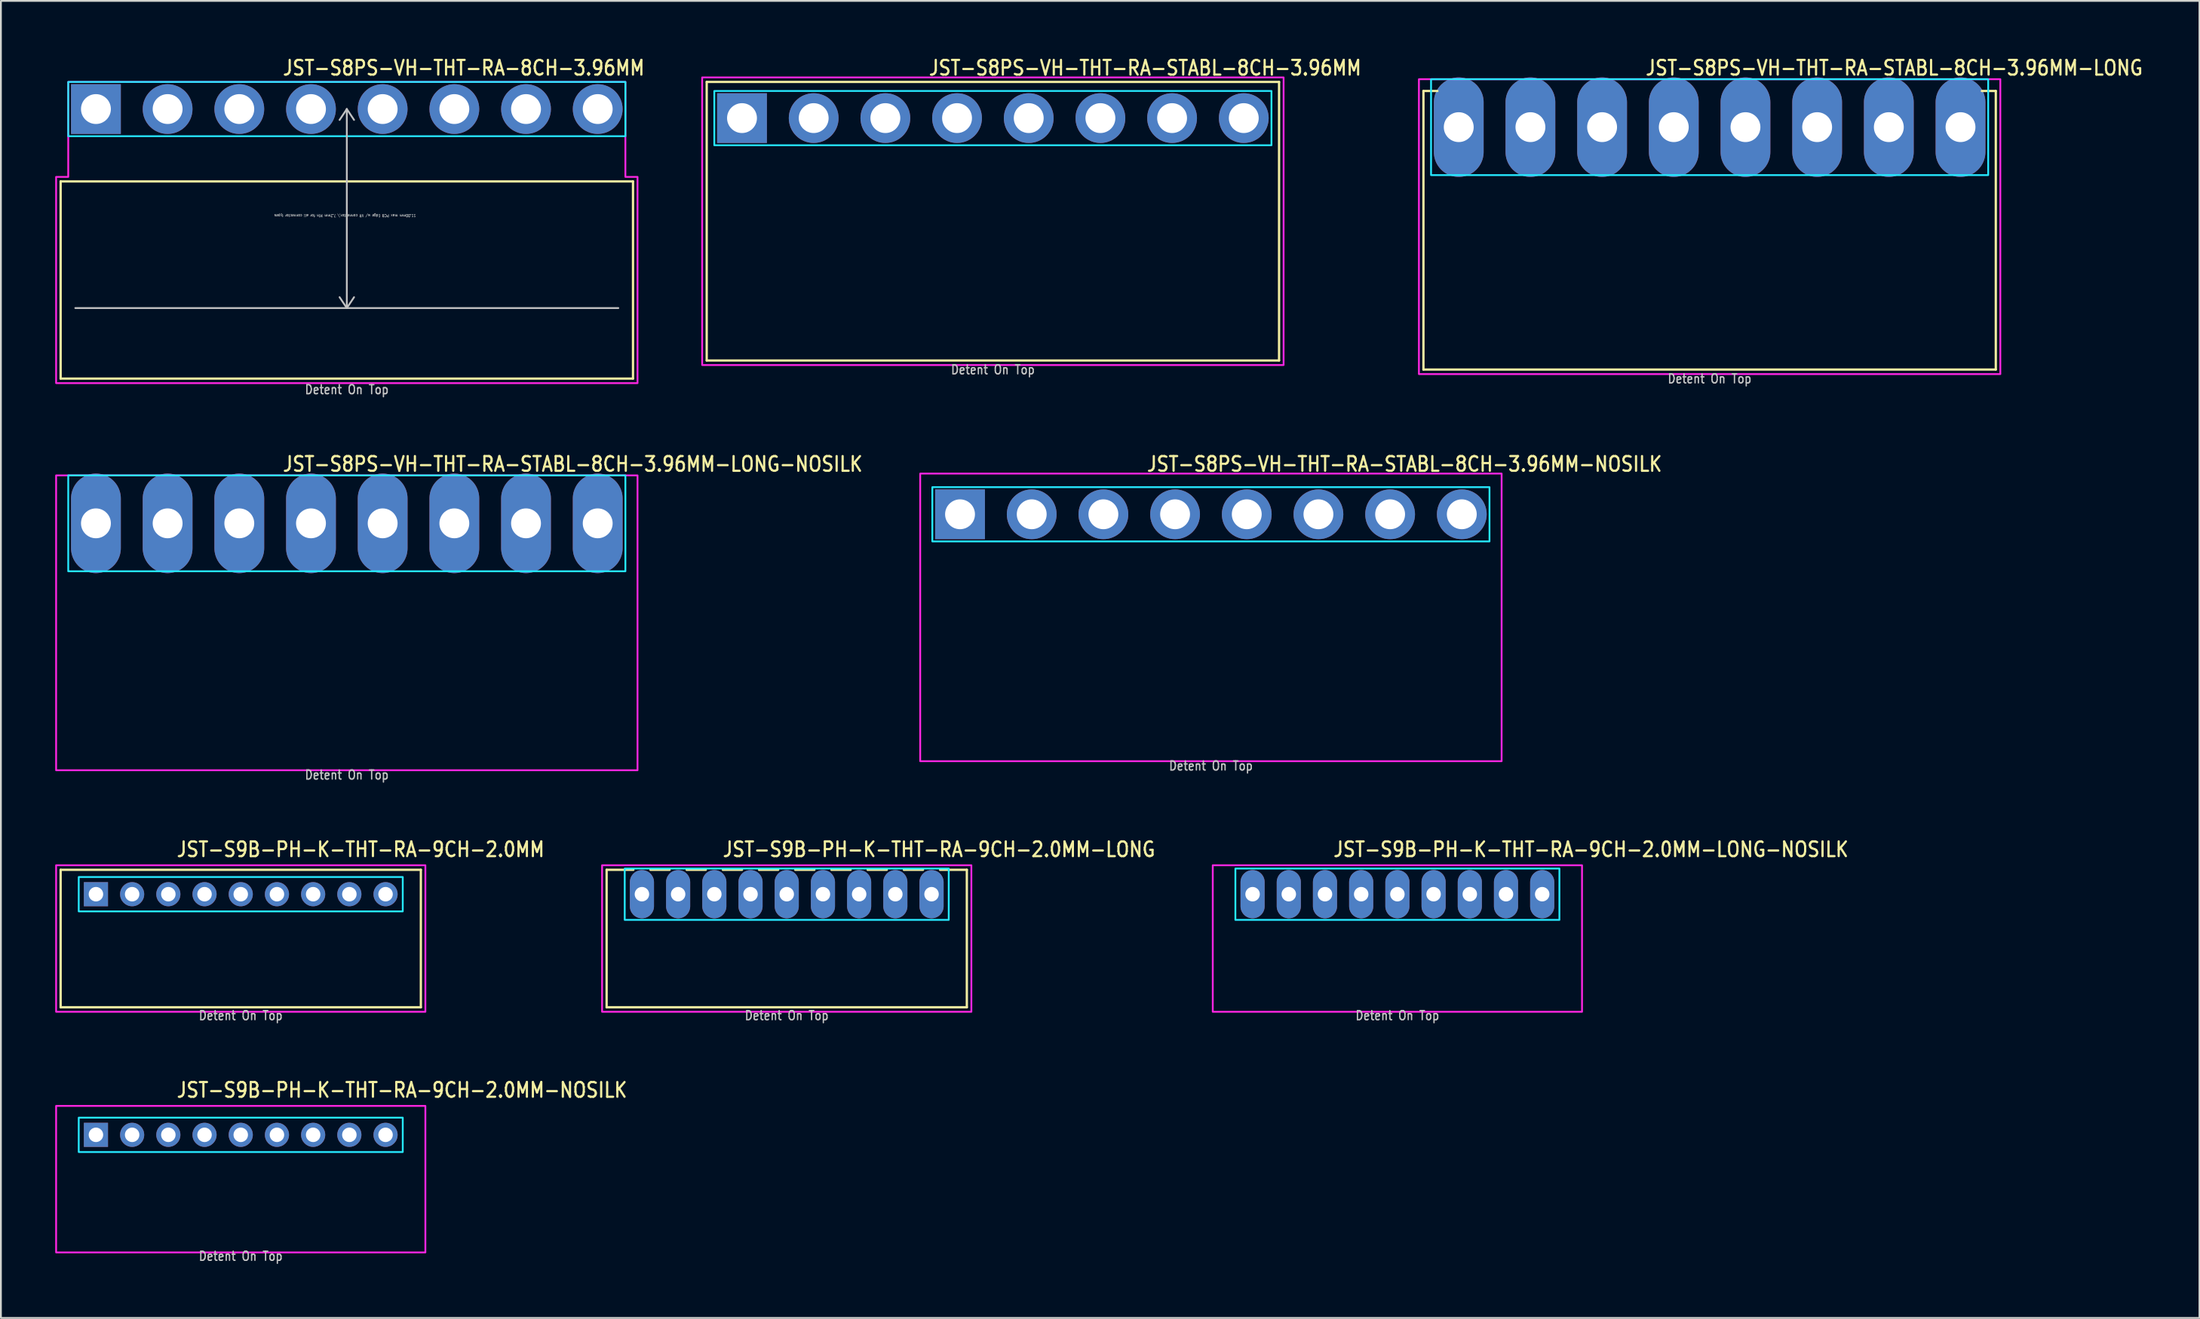
<source format=kicad_pcb>
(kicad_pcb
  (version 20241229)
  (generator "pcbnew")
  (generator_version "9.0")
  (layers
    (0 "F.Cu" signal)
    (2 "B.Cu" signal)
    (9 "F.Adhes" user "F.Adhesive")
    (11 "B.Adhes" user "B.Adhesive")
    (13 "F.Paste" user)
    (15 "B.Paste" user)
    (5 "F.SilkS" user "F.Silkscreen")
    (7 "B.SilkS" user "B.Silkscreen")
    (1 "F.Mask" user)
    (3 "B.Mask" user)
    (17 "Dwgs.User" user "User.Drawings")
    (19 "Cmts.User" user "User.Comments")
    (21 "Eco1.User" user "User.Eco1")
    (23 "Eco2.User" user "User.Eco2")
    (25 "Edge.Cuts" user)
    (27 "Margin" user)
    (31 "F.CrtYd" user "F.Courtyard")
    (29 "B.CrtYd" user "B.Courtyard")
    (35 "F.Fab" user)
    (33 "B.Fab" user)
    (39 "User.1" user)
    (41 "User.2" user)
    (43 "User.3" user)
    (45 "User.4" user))
  (footprint "JST-S8PS-VH-THT-RA-STABL-8CH-3.96MM-LONG-NOSILK"
    (layer "F.Cu")
    (at 16.11 25.88)
    (property "Reference" "JST-S8PS-VH-THT-RA-STABL-8CH-3.96MM-LONG-NOSILK" (at -3.6 -2.8 0) (unlocked yes) (layer "F.SilkS") (effects (font (size 0.813 0.695) (thickness 0.122)) (justify left bottom)))
    (fp_poly (pts (xy -15.39 -2.65) (xy -15.39 2.65) (xy 15.39 2.65) (xy 15.39 -2.65)) (stroke (width 0.1) (type solid)) (fill no) (layer "B.CrtYd"))
    (fp_poly (pts (xy -16.06 -2.65) (xy -16.06 13.65) (xy 16.06 13.65) (xy 16.06 -2.65)) (stroke (width 0.1) (type solid)) (fill no) (layer "F.CrtYd"))
    (fp_text user "Detent On Top" (at 0 14.2 0) (unlocked yes) (layer "Dwgs.User") (effects (font (size 0.5 0.427) (thickness 0.075)) (justify bottom)))
    (pad "1" thru_hole oval (at -13.86 0 90) (size 5.5 2.75) (drill 1.65) (layers "*.Cu" "*.Mask"))
    (pad "2" thru_hole oval (at -9.9 0 90) (size 5.5 2.75) (drill 1.65) (layers "*.Cu" "*.Mask"))
    (pad "3" thru_hole oval (at -5.94 0 90) (size 5.5 2.75) (drill 1.65) (layers "*.Cu" "*.Mask"))
    (pad "4" thru_hole oval (at -1.98 0 90) (size 5.5 2.75) (drill 1.65) (layers "*.Cu" "*.Mask"))
    (pad "5" thru_hole oval (at 1.98 0 90) (size 5.5 2.75) (drill 1.65) (layers "*.Cu" "*.Mask"))
    (pad "6" thru_hole oval (at 5.94 0 90) (size 5.5 2.75) (drill 1.65) (layers "*.Cu" "*.Mask"))
    (pad "7" thru_hole oval (at 9.9 0 90) (size 5.5 2.75) (drill 1.65) (layers "*.Cu" "*.Mask"))
    (pad "8" thru_hole oval (at 13.86 0 90) (size 5.5 2.75) (drill 1.65) (layers "*.Cu" "*.Mask")))
  (footprint "JST-S8PS-VH-THT-RA-STABL-8CH-3.96MM-LONG"
    (layer "F.Cu")
    (at 91.398 3.979)
    (property "Reference" "JST-S8PS-VH-THT-RA-STABL-8CH-3.96MM-LONG" (at -3.6 -2.8 0) (unlocked yes) (layer "F.SilkS") (effects (font (size 0.813 0.695) (thickness 0.122)) (justify left bottom)))
    (fp_line (start -15.81 -2) (end -15.04 -2) (stroke (width 0.127) (type solid)) (layer "F.SilkS"))
    (fp_line (start -15.81 13.4) (end -15.81 -2) (stroke (width 0.127) (type solid)) (layer "F.SilkS"))
    (fp_line (start -15.81 13.4) (end 15.81 13.4) (stroke (width 0.127) (type solid)) (layer "F.SilkS"))
    (fp_line (start 15.81 -2) (end 15.04 -2) (stroke (width 0.127) (type solid)) (layer "F.SilkS"))
    (fp_line (start 15.81 -2) (end 15.81 13.4) (stroke (width 0.127) (type solid)) (layer "F.SilkS"))
    (fp_poly (pts (xy -15.39 -2.65) (xy -15.39 2.65) (xy 15.39 2.65) (xy 15.39 -2.65)) (stroke (width 0.1) (type solid)) (fill no) (layer "B.CrtYd"))
    (fp_poly (pts (xy -16.06 -2.65) (xy -16.06 13.65) (xy 16.06 13.65) (xy 16.06 -2.65)) (stroke (width 0.1) (type solid)) (fill no) (layer "F.CrtYd"))
    (fp_text user "Detent On Top" (at 0 14.2 0) (unlocked yes) (layer "Dwgs.User") (effects (font (size 0.5 0.427) (thickness 0.075)) (justify bottom)))
    (pad "1" thru_hole oval (at -13.86 0 90) (size 5.5 2.75) (drill 1.65) (layers "*.Cu" "*.Mask"))
    (pad "2" thru_hole oval (at -9.9 0 90) (size 5.5 2.75) (drill 1.65) (layers "*.Cu" "*.Mask"))
    (pad "3" thru_hole oval (at -5.94 0 90) (size 5.5 2.75) (drill 1.65) (layers "*.Cu" "*.Mask"))
    (pad "4" thru_hole oval (at -1.98 0 90) (size 5.5 2.75) (drill 1.65) (layers "*.Cu" "*.Mask"))
    (pad "5" thru_hole oval (at 1.98 0 90) (size 5.5 2.75) (drill 1.65) (layers "*.Cu" "*.Mask"))
    (pad "6" thru_hole oval (at 5.94 0 90) (size 5.5 2.75) (drill 1.65) (layers "*.Cu" "*.Mask"))
    (pad "7" thru_hole oval (at 9.9 0 90) (size 5.5 2.75) (drill 1.65) (layers "*.Cu" "*.Mask"))
    (pad "8" thru_hole oval (at 13.86 0 90) (size 5.5 2.75) (drill 1.65) (layers "*.Cu" "*.Mask")))
  (footprint "JST-S8PS-VH-THT-RA-8CH-3.96MM"
    (layer "F.Cu")
    (at 16.11 2.979)
    (property "Reference" "JST-S8PS-VH-THT-RA-8CH-3.96MM" (at -3.6 -1.8 0) (unlocked yes) (layer "F.SilkS") (effects (font (size 0.813 0.695) (thickness 0.122)) (justify left bottom)))
    (fp_line (start -15.81 4) (end 15.81 4) (stroke (width 0.127) (type solid)) (layer "F.SilkS"))
    (fp_line (start -15.81 14.9) (end -15.81 4) (stroke (width 0.127) (type solid)) (layer "F.SilkS"))
    (fp_line (start -15.81 14.9) (end 15.81 14.9) (stroke (width 0.127) (type solid)) (layer "F.SilkS"))
    (fp_line (start 15.81 4) (end 15.81 14.9) (stroke (width 0.127) (type solid)) (layer "F.SilkS"))
    (fp_line (start -15 11) (end 15 11) (stroke (width 0.1) (type solid)) (layer "Dwgs.User"))
    (fp_line (start 0 0) (end -0.4 0.6) (stroke (width 0.1) (type solid)) (layer "Dwgs.User"))
    (fp_line (start 0 0) (end 0 11) (stroke (width 0.1) (type solid)) (layer "Dwgs.User"))
    (fp_line (start 0 0) (end 0.4 0.6) (stroke (width 0.1) (type solid)) (layer "Dwgs.User"))
    (fp_line (start 0 11) (end -0.4 10.4) (stroke (width 0.1) (type solid)) (layer "Dwgs.User"))
    (fp_line (start 0 11) (end 0.4 10.4) (stroke (width 0.1) (type solid)) (layer "Dwgs.User"))
    (fp_poly (pts (xy -15.39 -1.5) (xy -15.39 1.5) (xy 15.39 1.5) (xy 15.39 -1.5)) (stroke (width 0.1) (type solid)) (fill no) (layer "B.CrtYd"))
    (fp_poly (pts (xy -16.06 3.75) (xy -16.06 15.15) (xy 16.06 15.15) (xy 16.06 3.75) (xy 15.39 3.75) (xy 15.39 -1.5) (xy -15.39 -1.5) (xy -15.39 3.75)) (stroke (width 0.1) (type solid)) (fill no) (layer "F.CrtYd"))
    (fp_text user "11.00mm max PCB Edge w/ VR connector,\\ 7.2mm Min for all connector types" (at -0.1 5.8 180) (unlocked yes) (layer "Dwgs.User") (effects (font (size 0.15 0.128) (thickness 0.022)) (justify bottom)))
    (fp_text user "Detent On Top" (at 0 15.8 0) (unlocked yes) (layer "Dwgs.User") (effects (font (size 0.5 0.427) (thickness 0.075)) (justify bottom)))
    (pad "1" thru_hole rect (at -13.86 0) (size 2.75 2.75) (drill 1.65) (layers "*.Cu" "*.Mask"))
    (pad "2" thru_hole oval (at -9.9 0) (size 2.75 2.75) (drill 1.65) (layers "*.Cu" "*.Mask"))
    (pad "3" thru_hole oval (at -5.94 0) (size 2.75 2.75) (drill 1.65) (layers "*.Cu" "*.Mask"))
    (pad "4" thru_hole oval (at -1.98 0) (size 2.75 2.75) (drill 1.65) (layers "*.Cu" "*.Mask"))
    (pad "5" thru_hole oval (at 1.98 0) (size 2.75 2.75) (drill 1.65) (layers "*.Cu" "*.Mask"))
    (pad "6" thru_hole oval (at 5.94 0) (size 2.75 2.75) (drill 1.65) (layers "*.Cu" "*.Mask"))
    (pad "7" thru_hole oval (at 9.9 0) (size 2.75 2.75) (drill 1.65) (layers "*.Cu" "*.Mask"))
    (pad "8" thru_hole oval (at 13.86 0) (size 2.75 2.75) (drill 1.65) (layers "*.Cu" "*.Mask")))
  (footprint "JST-S8PS-VH-THT-RA-STABL-8CH-3.96MM-NOSILK"
    (layer "F.Cu")
    (at 63.847 25.38)
    (property "Reference" "JST-S8PS-VH-THT-RA-STABL-8CH-3.96MM-NOSILK" (at -3.6 -2.3 0) (unlocked yes) (layer "F.SilkS") (effects (font (size 0.813 0.695) (thickness 0.122)) (justify left bottom)))
    (fp_poly (pts (xy -15.39 -1.5) (xy -15.39 1.5) (xy 15.39 1.5) (xy 15.39 -1.5)) (stroke (width 0.1) (type solid)) (fill no) (layer "B.CrtYd"))
    (fp_poly (pts (xy -16.06 13.65) (xy 16.06 13.65) (xy 16.06 -2.25) (xy -16.06 -2.25)) (stroke (width 0.1) (type solid)) (fill no) (layer "F.CrtYd"))
    (fp_text user "Detent On Top" (at 0 14.2 0) (unlocked yes) (layer "Dwgs.User") (effects (font (size 0.5 0.427) (thickness 0.075)) (justify bottom)))
    (pad "1" thru_hole rect (at -13.86 0) (size 2.75 2.75) (drill 1.65) (layers "*.Cu" "*.Mask"))
    (pad "2" thru_hole oval (at -9.9 0) (size 2.75 2.75) (drill 1.65) (layers "*.Cu" "*.Mask"))
    (pad "3" thru_hole oval (at -5.94 0) (size 2.75 2.75) (drill 1.65) (layers "*.Cu" "*.Mask"))
    (pad "4" thru_hole oval (at -1.98 0) (size 2.75 2.75) (drill 1.65) (layers "*.Cu" "*.Mask"))
    (pad "5" thru_hole oval (at 1.98 0) (size 2.75 2.75) (drill 1.65) (layers "*.Cu" "*.Mask"))
    (pad "6" thru_hole oval (at 5.94 0) (size 2.75 2.75) (drill 1.65) (layers "*.Cu" "*.Mask"))
    (pad "7" thru_hole oval (at 9.9 0) (size 2.75 2.75) (drill 1.65) (layers "*.Cu" "*.Mask"))
    (pad "8" thru_hole oval (at 13.86 0) (size 2.75 2.75) (drill 1.65) (layers "*.Cu" "*.Mask")))
  (footprint "JST-S9B-PH-K-THT-RA-9CH-2.0MM-LONG-NOSILK"
    (layer "F.Cu")
    (at 74.149 46.382)
    (property "Reference" "JST-S9B-PH-K-THT-RA-9CH-2.0MM-LONG-NOSILK" (at -3.6 -2 0) (unlocked yes) (layer "F.SilkS") (effects (font (size 0.813 0.695) (thickness 0.122)) (justify left bottom)))
    (fp_poly (pts (xy -8.95 -1.42) (xy -8.95 1.42) (xy 8.95 1.42) (xy 8.95 -1.42)) (stroke (width 0.1) (type solid)) (fill no) (layer "B.CrtYd"))
    (fp_poly (pts (xy -10.2 -1.6) (xy -10.2 6.5) (xy 10.2 6.5) (xy 10.2 -1.6)) (stroke (width 0.1) (type solid)) (fill no) (layer "F.CrtYd"))
    (fp_text user "Detent On Top" (at 0 7 0) (unlocked yes) (layer "Dwgs.User") (effects (font (size 0.5 0.427) (thickness 0.075)) (justify bottom)))
    (pad "1" thru_hole oval (at -8 0 90) (size 2.667 1.333) (drill 0.8) (layers "*.Cu" "*.Mask"))
    (pad "2" thru_hole oval (at -6 0 90) (size 2.667 1.333) (drill 0.8) (layers "*.Cu" "*.Mask"))
    (pad "3" thru_hole oval (at -4 0 90) (size 2.667 1.333) (drill 0.8) (layers "*.Cu" "*.Mask"))
    (pad "4" thru_hole oval (at -2 0 90) (size 2.667 1.333) (drill 0.8) (layers "*.Cu" "*.Mask"))
    (pad "5" thru_hole oval (at 0 0 90) (size 2.667 1.333) (drill 0.8) (layers "*.Cu" "*.Mask"))
    (pad "6" thru_hole oval (at 2 0 90) (size 2.667 1.333) (drill 0.8) (layers "*.Cu" "*.Mask"))
    (pad "7" thru_hole oval (at 4 0 90) (size 2.667 1.333) (drill 0.8) (layers "*.Cu" "*.Mask"))
    (pad "8" thru_hole oval (at 6 0 90) (size 2.667 1.333) (drill 0.8) (layers "*.Cu" "*.Mask"))
    (pad "9" thru_hole oval (at 8 0 90) (size 2.667 1.333) (drill 0.8) (layers "*.Cu" "*.Mask")))
  (footprint "JST-S8PS-VH-THT-RA-STABL-8CH-3.96MM"
    (layer "F.Cu")
    (at 51.802 3.479)
    (property "Reference" "JST-S8PS-VH-THT-RA-STABL-8CH-3.96MM" (at -3.6 -2.3 0) (unlocked yes) (layer "F.SilkS") (effects (font (size 0.813 0.695) (thickness 0.122)) (justify left bottom)))
    (fp_line (start -15.81 -2) (end 15.81 -2) (stroke (width 0.127) (type solid)) (layer "F.SilkS"))
    (fp_line (start -15.81 13.4) (end -15.81 -2) (stroke (width 0.127) (type solid)) (layer "F.SilkS"))
    (fp_line (start -15.81 13.4) (end 15.81 13.4) (stroke (width 0.127) (type solid)) (layer "F.SilkS"))
    (fp_line (start 15.81 -2) (end 15.81 13.4) (stroke (width 0.127) (type solid)) (layer "F.SilkS"))
    (fp_poly (pts (xy -15.39 -1.5) (xy -15.39 1.5) (xy 15.39 1.5) (xy 15.39 -1.5)) (stroke (width 0.1) (type solid)) (fill no) (layer "B.CrtYd"))
    (fp_poly (pts (xy -16.06 13.65) (xy 16.06 13.65) (xy 16.06 -2.25) (xy -16.06 -2.25)) (stroke (width 0.1) (type solid)) (fill no) (layer "F.CrtYd"))
    (fp_text user "Detent On Top" (at 0 14.2 0) (unlocked yes) (layer "Dwgs.User") (effects (font (size 0.5 0.427) (thickness 0.075)) (justify bottom)))
    (pad "1" thru_hole rect (at -13.86 0) (size 2.75 2.75) (drill 1.65) (layers "*.Cu" "*.Mask"))
    (pad "2" thru_hole oval (at -9.9 0) (size 2.75 2.75) (drill 1.65) (layers "*.Cu" "*.Mask"))
    (pad "3" thru_hole oval (at -5.94 0) (size 2.75 2.75) (drill 1.65) (layers "*.Cu" "*.Mask"))
    (pad "4" thru_hole oval (at -1.98 0) (size 2.75 2.75) (drill 1.65) (layers "*.Cu" "*.Mask"))
    (pad "5" thru_hole oval (at 1.98 0) (size 2.75 2.75) (drill 1.65) (layers "*.Cu" "*.Mask"))
    (pad "6" thru_hole oval (at 5.94 0) (size 2.75 2.75) (drill 1.65) (layers "*.Cu" "*.Mask"))
    (pad "7" thru_hole oval (at 9.9 0) (size 2.75 2.75) (drill 1.65) (layers "*.Cu" "*.Mask"))
    (pad "8" thru_hole oval (at 13.86 0) (size 2.75 2.75) (drill 1.65) (layers "*.Cu" "*.Mask")))
  (footprint "JST-S9B-PH-K-THT-RA-9CH-2.0MM"
    (layer "F.Cu")
    (at 10.25 46.382)
    (property "Reference" "JST-S9B-PH-K-THT-RA-9CH-2.0MM" (at -3.6 -2 0) (unlocked yes) (layer "F.SilkS") (effects (font (size 0.813 0.695) (thickness 0.122)) (justify left bottom)))
    (fp_line (start -9.95 -1.35) (end 9.95 -1.35) (stroke (width 0.127) (type solid)) (layer "F.SilkS"))
    (fp_line (start -9.95 6.25) (end -9.95 -1.35) (stroke (width 0.127) (type solid)) (layer "F.SilkS"))
    (fp_line (start -9.95 6.25) (end 9.95 6.25) (stroke (width 0.127) (type solid)) (layer "F.SilkS"))
    (fp_line (start 9.95 -1.35) (end 9.95 6.25) (stroke (width 0.127) (type solid)) (layer "F.SilkS"))
    (fp_poly (pts (xy -8.95 -0.95) (xy -8.95 0.95) (xy 8.95 0.95) (xy 8.95 -0.95)) (stroke (width 0.1) (type solid)) (fill no) (layer "B.CrtYd"))
    (fp_poly (pts (xy -10.2 -1.6) (xy -10.2 6.5) (xy 10.2 6.5) (xy 10.2 -1.6)) (stroke (width 0.1) (type solid)) (fill no) (layer "F.CrtYd"))
    (fp_text user "Detent On Top" (at 0 7 0) (unlocked yes) (layer "Dwgs.User") (effects (font (size 0.5 0.427) (thickness 0.075)) (justify bottom)))
    (pad "1" thru_hole rect (at -8 0) (size 1.333 1.333) (drill 0.8) (layers "*.Cu" "*.Mask"))
    (pad "2" thru_hole oval (at -6 0) (size 1.333 1.333) (drill 0.8) (layers "*.Cu" "*.Mask"))
    (pad "3" thru_hole oval (at -4 0) (size 1.333 1.333) (drill 0.8) (layers "*.Cu" "*.Mask"))
    (pad "4" thru_hole oval (at -2 0) (size 1.333 1.333) (drill 0.8) (layers "*.Cu" "*.Mask"))
    (pad "5" thru_hole oval (at 0 0) (size 1.333 1.333) (drill 0.8) (layers "*.Cu" "*.Mask"))
    (pad "6" thru_hole oval (at 2 0) (size 1.333 1.333) (drill 0.8) (layers "*.Cu" "*.Mask"))
    (pad "7" thru_hole oval (at 4 0) (size 1.333 1.333) (drill 0.8) (layers "*.Cu" "*.Mask"))
    (pad "8" thru_hole oval (at 6 0) (size 1.333 1.333) (drill 0.8) (layers "*.Cu" "*.Mask"))
    (pad "9" thru_hole oval (at 8 0) (size 1.333 1.333) (drill 0.8) (layers "*.Cu" "*.Mask")))
  (footprint "JST-S9B-PH-K-THT-RA-9CH-2.0MM-LONG"
    (layer "F.Cu")
    (at 40.413 46.382)
    (property "Reference" "JST-S9B-PH-K-THT-RA-9CH-2.0MM-LONG" (at -3.6 -2 0) (unlocked yes) (layer "F.SilkS") (effects (font (size 0.813 0.695) (thickness 0.122)) (justify left bottom)))
    (fp_line (start -9.95 -1.35) (end -8.471 -1.35) (stroke (width 0.127) (type solid)) (layer "F.SilkS"))
    (fp_line (start -9.95 6.25) (end -9.95 -1.35) (stroke (width 0.127) (type solid)) (layer "F.SilkS"))
    (fp_line (start -9.95 6.25) (end 9.95 6.25) (stroke (width 0.127) (type solid)) (layer "F.SilkS"))
    (fp_line (start -7.529 -1.35) (end -6.471 -1.35) (stroke (width 0.127) (type solid)) (layer "F.SilkS"))
    (fp_line (start -5.529 -1.35) (end -4.471 -1.35) (stroke (width 0.127) (type solid)) (layer "F.SilkS"))
    (fp_line (start -3.529 -1.35) (end -2.471 -1.35) (stroke (width 0.127) (type solid)) (layer "F.SilkS"))
    (fp_line (start -1.529 -1.35) (end -0.471 -1.35) (stroke (width 0.127) (type solid)) (layer "F.SilkS"))
    (fp_line (start 0.471 -1.35) (end 1.529 -1.35) (stroke (width 0.127) (type solid)) (layer "F.SilkS"))
    (fp_line (start 2.471 -1.35) (end 3.529 -1.35) (stroke (width 0.127) (type solid)) (layer "F.SilkS"))
    (fp_line (start 4.471 -1.35) (end 5.529 -1.35) (stroke (width 0.127) (type solid)) (layer "F.SilkS"))
    (fp_line (start 6.471 -1.35) (end 7.529 -1.35) (stroke (width 0.127) (type solid)) (layer "F.SilkS"))
    (fp_line (start 8.471 -1.35) (end 9.95 -1.35) (stroke (width 0.127) (type solid)) (layer "F.SilkS"))
    (fp_line (start 9.95 -1.35) (end 9.95 6.25) (stroke (width 0.127) (type solid)) (layer "F.SilkS"))
    (fp_poly (pts (xy -8.95 -1.42) (xy -8.95 1.42) (xy 8.95 1.42) (xy 8.95 -1.42)) (stroke (width 0.1) (type solid)) (fill no) (layer "B.CrtYd"))
    (fp_poly (pts (xy -10.2 -1.6) (xy -10.2 6.5) (xy 10.2 6.5) (xy 10.2 -1.6)) (stroke (width 0.1) (type solid)) (fill no) (layer "F.CrtYd"))
    (fp_text user "Detent On Top" (at 0 7 0) (unlocked yes) (layer "Dwgs.User") (effects (font (size 0.5 0.427) (thickness 0.075)) (justify bottom)))
    (pad "1" thru_hole oval (at -8 0 90) (size 2.667 1.333) (drill 0.8) (layers "*.Cu" "*.Mask"))
    (pad "2" thru_hole oval (at -6 0 90) (size 2.667 1.333) (drill 0.8) (layers "*.Cu" "*.Mask"))
    (pad "3" thru_hole oval (at -4 0 90) (size 2.667 1.333) (drill 0.8) (layers "*.Cu" "*.Mask"))
    (pad "4" thru_hole oval (at -2 0 90) (size 2.667 1.333) (drill 0.8) (layers "*.Cu" "*.Mask"))
    (pad "5" thru_hole oval (at 0 0 90) (size 2.667 1.333) (drill 0.8) (layers "*.Cu" "*.Mask"))
    (pad "6" thru_hole oval (at 2 0 90) (size 2.667 1.333) (drill 0.8) (layers "*.Cu" "*.Mask"))
    (pad "7" thru_hole oval (at 4 0 90) (size 2.667 1.333) (drill 0.8) (layers "*.Cu" "*.Mask"))
    (pad "8" thru_hole oval (at 6 0 90) (size 2.667 1.333) (drill 0.8) (layers "*.Cu" "*.Mask"))
    (pad "9" thru_hole oval (at 8 0 90) (size 2.667 1.333) (drill 0.8) (layers "*.Cu" "*.Mask")))
  (footprint "JST-S9B-PH-K-THT-RA-9CH-2.0MM-NOSILK"
    (layer "F.Cu")
    (at 10.25 59.684)
    (property "Reference" "JST-S9B-PH-K-THT-RA-9CH-2.0MM-NOSILK" (at -3.6 -2 0) (unlocked yes) (layer "F.SilkS") (effects (font (size 0.813 0.695) (thickness 0.122)) (justify left bottom)))
    (fp_poly (pts (xy -8.95 -0.95) (xy -8.95 0.95) (xy 8.95 0.95) (xy 8.95 -0.95)) (stroke (width 0.1) (type solid)) (fill no) (layer "B.CrtYd"))
    (fp_poly (pts (xy -10.2 -1.6) (xy -10.2 6.5) (xy 10.2 6.5) (xy 10.2 -1.6)) (stroke (width 0.1) (type solid)) (fill no) (layer "F.CrtYd"))
    (fp_text user "Detent On Top" (at 0 7 0) (unlocked yes) (layer "Dwgs.User") (effects (font (size 0.5 0.427) (thickness 0.075)) (justify bottom)))
    (pad "1" thru_hole rect (at -8 0) (size 1.333 1.333) (drill 0.8) (layers "*.Cu" "*.Mask"))
    (pad "2" thru_hole oval (at -6 0) (size 1.333 1.333) (drill 0.8) (layers "*.Cu" "*.Mask"))
    (pad "3" thru_hole oval (at -4 0) (size 1.333 1.333) (drill 0.8) (layers "*.Cu" "*.Mask"))
    (pad "4" thru_hole oval (at -2 0) (size 1.333 1.333) (drill 0.8) (layers "*.Cu" "*.Mask"))
    (pad "5" thru_hole oval (at 0 0) (size 1.333 1.333) (drill 0.8) (layers "*.Cu" "*.Mask"))
    (pad "6" thru_hole oval (at 2 0) (size 1.333 1.333) (drill 0.8) (layers "*.Cu" "*.Mask"))
    (pad "7" thru_hole oval (at 4 0) (size 1.333 1.333) (drill 0.8) (layers "*.Cu" "*.Mask"))
    (pad "8" thru_hole oval (at 6 0) (size 1.333 1.333) (drill 0.8) (layers "*.Cu" "*.Mask"))
    (pad "9" thru_hole oval (at 8 0) (size 1.333 1.333) (drill 0.8) (layers "*.Cu" "*.Mask")))
  (gr_rect
    (start -3 -3)
    (end 118.459 69.807)
    (stroke (width 0.1) (type default))
    (fill no)
    (layer "Edge.Cuts")))
</source>
